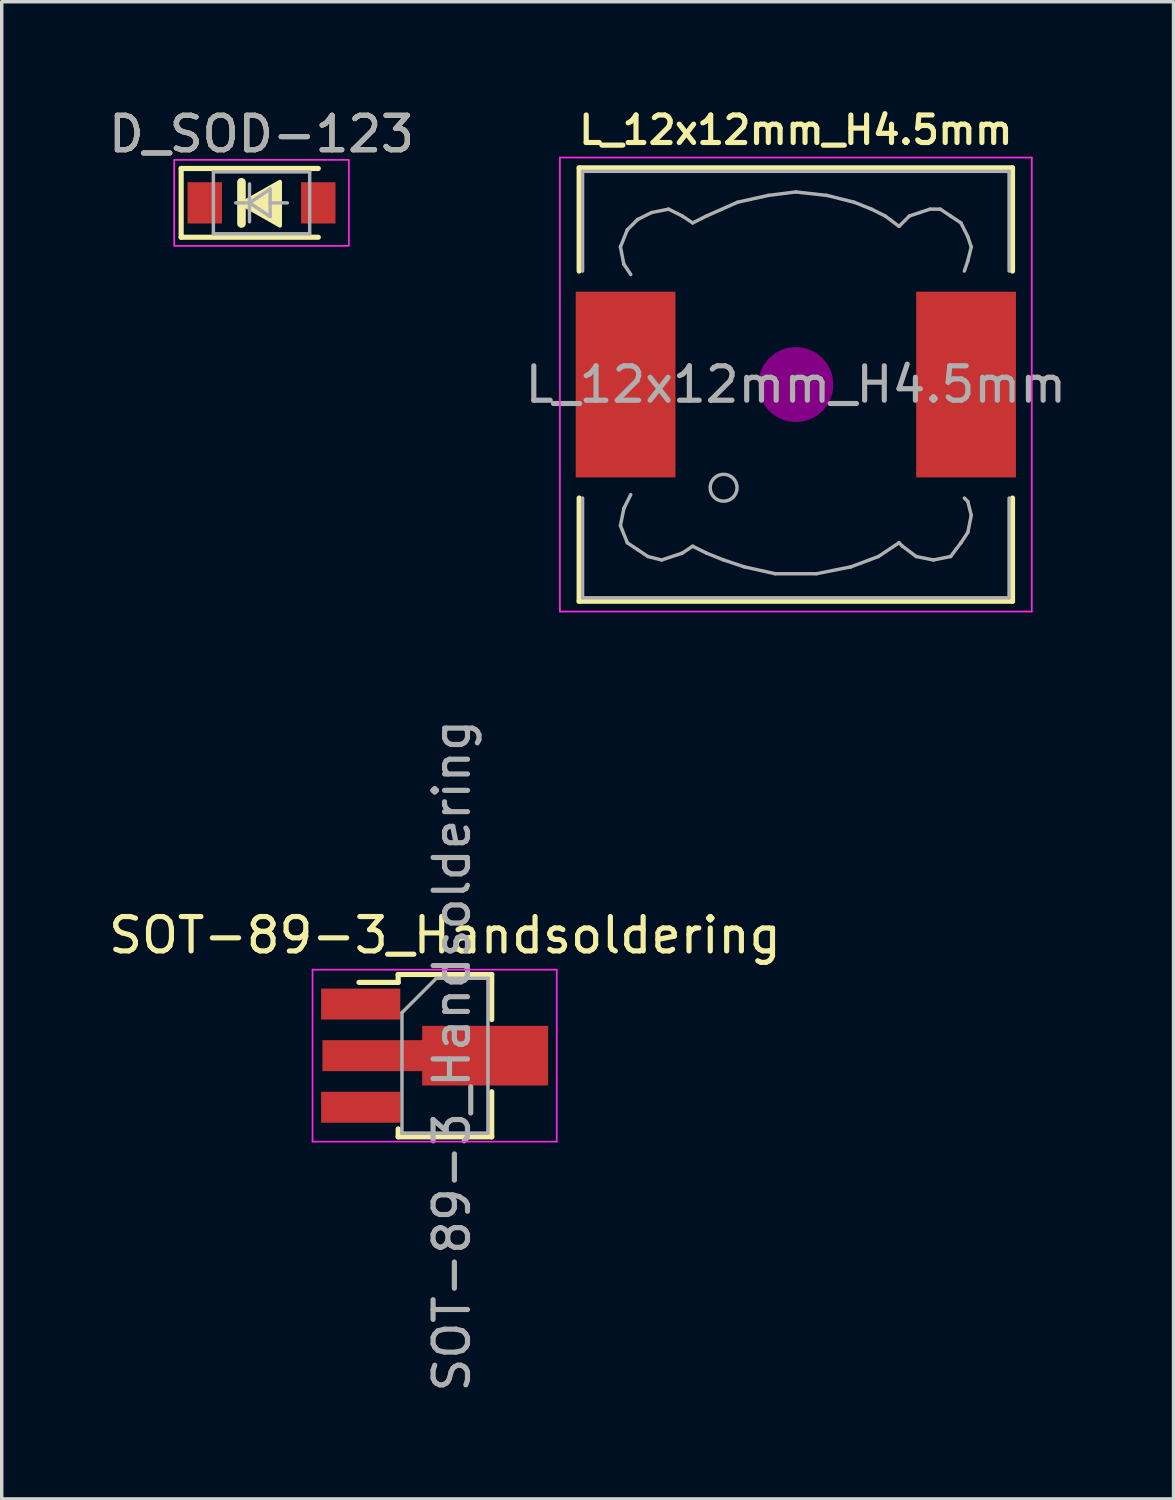
<source format=kicad_pcb>
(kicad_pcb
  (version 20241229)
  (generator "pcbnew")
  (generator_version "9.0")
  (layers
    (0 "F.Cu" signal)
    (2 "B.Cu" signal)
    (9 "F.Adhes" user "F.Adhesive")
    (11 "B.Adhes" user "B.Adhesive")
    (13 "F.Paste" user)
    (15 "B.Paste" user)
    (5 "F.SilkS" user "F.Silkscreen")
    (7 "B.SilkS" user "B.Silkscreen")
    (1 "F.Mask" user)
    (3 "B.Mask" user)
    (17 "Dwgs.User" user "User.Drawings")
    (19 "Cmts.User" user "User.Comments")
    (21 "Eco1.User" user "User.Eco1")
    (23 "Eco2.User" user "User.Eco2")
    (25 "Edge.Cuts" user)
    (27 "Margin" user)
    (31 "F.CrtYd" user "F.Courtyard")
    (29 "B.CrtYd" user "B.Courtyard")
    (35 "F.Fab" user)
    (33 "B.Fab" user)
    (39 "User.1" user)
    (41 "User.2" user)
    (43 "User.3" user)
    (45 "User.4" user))
  (footprint "L_12x12mm_H4.5mm"
    (layer "F.Cu")
    (at 20.089 8.131)
    (property "Reference" "L_12x12mm_H4.5mm" (at 0 -7.4 0) (layer "F.SilkS") (effects (font (size 0.8 0.8) (thickness 0.15))))
    (attr smd)
    (fp_line (start -6.3 -6.3) (end 6.3 -6.3) (stroke (width 0.15) (type solid)) (layer "F.SilkS"))
    (fp_line (start -6.3 -3.3) (end -6.3 -6.3) (stroke (width 0.15) (type solid)) (layer "F.SilkS"))
    (fp_line (start -6.3 6.3) (end -6.3 3.3) (stroke (width 0.15) (type solid)) (layer "F.SilkS"))
    (fp_line (start 6.3 -6.3) (end 6.3 -3.3) (stroke (width 0.15) (type solid)) (layer "F.SilkS"))
    (fp_line (start 6.3 3.3) (end 6.3 6.3) (stroke (width 0.15) (type solid)) (layer "F.SilkS"))
    (fp_line (start 6.3 6.3) (end -6.3 6.3) (stroke (width 0.15) (type solid)) (layer "F.SilkS"))
    (fp_circle (center 0 0) (end 0.15 0.15) (stroke (width 0.38) (type solid)) (fill no) (layer "F.Adhes"))
    (fp_circle (center 0 0) (end 0.55 0) (stroke (width 0.38) (type solid)) (fill no) (layer "F.Adhes"))
    (fp_circle (center 0 0) (end 0.9 0) (stroke (width 0.38) (type solid)) (fill no) (layer "F.Adhes"))
    (fp_line (start -6.86 -6.6) (end 6.86 -6.6) (stroke (width 0.05) (type solid)) (layer "F.CrtYd"))
    (fp_line (start -6.86 6.6) (end -6.86 -6.6) (stroke (width 0.05) (type solid)) (layer "F.CrtYd"))
    (fp_line (start 6.86 -6.6) (end 6.86 6.6) (stroke (width 0.05) (type solid)) (layer "F.CrtYd"))
    (fp_line (start 6.86 6.6) (end -6.86 6.6) (stroke (width 0.05) (type solid)) (layer "F.CrtYd"))
    (fp_line (start -6.2 -6.2) (end -6.2 -3.3) (stroke (width 0.1) (type solid)) (layer "F.Fab"))
    (fp_line (start -6.2 3.3) (end -6.2 6.2) (stroke (width 0.1) (type solid)) (layer "F.Fab"))
    (fp_line (start -6.2 6.2) (end 6.2 6.2) (stroke (width 0.1) (type solid)) (layer "F.Fab"))
    (fp_line (start -5.1 -4) (end -5 -3.5) (stroke (width 0.1) (type solid)) (layer "F.Fab"))
    (fp_line (start -5.1 4.1) (end -5 3.6) (stroke (width 0.1) (type solid)) (layer "F.Fab"))
    (fp_line (start -5 -3.5) (end -4.8 -3.2) (stroke (width 0.1) (type solid)) (layer "F.Fab"))
    (fp_line (start -5 3.6) (end -4.8 3.2) (stroke (width 0.1) (type solid)) (layer "F.Fab"))
    (fp_line (start -4.9 -4.5) (end -5.1 -4) (stroke (width 0.1) (type solid)) (layer "F.Fab"))
    (fp_line (start -4.9 4.6) (end -5.1 4.1) (stroke (width 0.1) (type solid)) (layer "F.Fab"))
    (fp_line (start -4.6 -4.8) (end -4.9 -4.5) (stroke (width 0.1) (type solid)) (layer "F.Fab"))
    (fp_line (start -4.6 4.8) (end -4.9 4.6) (stroke (width 0.1) (type solid)) (layer "F.Fab"))
    (fp_line (start -4.3 5) (end -4.6 4.8) (stroke (width 0.1) (type solid)) (layer "F.Fab"))
    (fp_line (start -4.2 -5) (end -4.6 -4.8) (stroke (width 0.1) (type solid)) (layer "F.Fab"))
    (fp_line (start -3.9 5.1) (end -4.3 5) (stroke (width 0.1) (type solid)) (layer "F.Fab"))
    (fp_line (start -3.7 -5.1) (end -4.2 -5) (stroke (width 0.1) (type solid)) (layer "F.Fab"))
    (fp_line (start -3.3 -4.9) (end -3.7 -5.1) (stroke (width 0.1) (type solid)) (layer "F.Fab"))
    (fp_line (start -3.3 4.9) (end -3.9 5.1) (stroke (width 0.1) (type solid)) (layer "F.Fab"))
    (fp_line (start -3 -4.7) (end -3.3 -4.9) (stroke (width 0.1) (type solid)) (layer "F.Fab"))
    (fp_line (start -3 4.7) (end -3.3 4.9) (stroke (width 0.1) (type solid)) (layer "F.Fab"))
    (fp_line (start -2.6 -4.9) (end -3 -4.7) (stroke (width 0.1) (type solid)) (layer "F.Fab"))
    (fp_line (start -2.6 4.9) (end -3 4.7) (stroke (width 0.1) (type solid)) (layer "F.Fab"))
    (fp_line (start -2.1 5.1) (end -2.6 4.9) (stroke (width 0.1) (type solid)) (layer "F.Fab"))
    (fp_line (start -1.7 -5.3) (end -2.6 -4.9) (stroke (width 0.1) (type solid)) (layer "F.Fab"))
    (fp_line (start -1.5 5.3) (end -2.1 5.1) (stroke (width 0.1) (type solid)) (layer "F.Fab"))
    (fp_line (start -0.8 -5.5) (end -1.7 -5.3) (stroke (width 0.1) (type solid)) (layer "F.Fab"))
    (fp_line (start -0.6 5.5) (end -1.5 5.3) (stroke (width 0.1) (type solid)) (layer "F.Fab"))
    (fp_line (start 0 -5.6) (end -0.8 -5.5) (stroke (width 0.1) (type solid)) (layer "F.Fab"))
    (fp_line (start 0.6 5.5) (end -0.6 5.5) (stroke (width 0.1) (type solid)) (layer "F.Fab"))
    (fp_line (start 0.9 -5.5) (end 0 -5.6) (stroke (width 0.1) (type solid)) (layer "F.Fab"))
    (fp_line (start 1.6 5.3) (end 0.6 5.5) (stroke (width 0.1) (type solid)) (layer "F.Fab"))
    (fp_line (start 1.7 -5.3) (end 0.9 -5.5) (stroke (width 0.1) (type solid)) (layer "F.Fab"))
    (fp_line (start 2.2 -5.1) (end 1.7 -5.3) (stroke (width 0.1) (type solid)) (layer "F.Fab"))
    (fp_line (start 2.4 5) (end 1.6 5.3) (stroke (width 0.1) (type solid)) (layer "F.Fab"))
    (fp_line (start 2.6 -4.9) (end 2.2 -5.1) (stroke (width 0.1) (type solid)) (layer "F.Fab"))
    (fp_line (start 3 -4.6) (end 2.6 -4.9) (stroke (width 0.1) (type solid)) (layer "F.Fab"))
    (fp_line (start 3 4.6) (end 2.4 5) (stroke (width 0.1) (type solid)) (layer "F.Fab"))
    (fp_line (start 3.1 4.7) (end 3 4.6) (stroke (width 0.1) (type solid)) (layer "F.Fab"))
    (fp_line (start 3.3 -4.9) (end 3 -4.6) (stroke (width 0.1) (type solid)) (layer "F.Fab"))
    (fp_line (start 3.5 5) (end 3.1 4.7) (stroke (width 0.1) (type solid)) (layer "F.Fab"))
    (fp_line (start 3.6 -5) (end 3.3 -4.9) (stroke (width 0.1) (type solid)) (layer "F.Fab"))
    (fp_line (start 3.9 -5.1) (end 3.6 -5) (stroke (width 0.1) (type solid)) (layer "F.Fab"))
    (fp_line (start 4 5.1) (end 3.5 5) (stroke (width 0.1) (type solid)) (layer "F.Fab"))
    (fp_line (start 4.2 -5.1) (end 3.9 -5.1) (stroke (width 0.1) (type solid)) (layer "F.Fab"))
    (fp_line (start 4.5 -4.9) (end 4.2 -5.1) (stroke (width 0.1) (type solid)) (layer "F.Fab"))
    (fp_line (start 4.5 5) (end 4 5.1) (stroke (width 0.1) (type solid)) (layer "F.Fab"))
    (fp_line (start 4.8 -4.7) (end 4.5 -4.9) (stroke (width 0.1) (type solid)) (layer "F.Fab"))
    (fp_line (start 4.8 4.6) (end 4.5 5) (stroke (width 0.1) (type solid)) (layer "F.Fab"))
    (fp_line (start 4.9 -3.3) (end 5 -3.6) (stroke (width 0.1) (type solid)) (layer "F.Fab"))
    (fp_line (start 4.9 3.3) (end 5 3.4) (stroke (width 0.1) (type solid)) (layer "F.Fab"))
    (fp_line (start 5 -4.3) (end 4.8 -4.7) (stroke (width 0.1) (type solid)) (layer "F.Fab"))
    (fp_line (start 5 -3.6) (end 5.1 -4) (stroke (width 0.1) (type solid)) (layer "F.Fab"))
    (fp_line (start 5 3.4) (end 5.1 3.8) (stroke (width 0.1) (type solid)) (layer "F.Fab"))
    (fp_line (start 5 4.3) (end 4.8 4.6) (stroke (width 0.1) (type solid)) (layer "F.Fab"))
    (fp_line (start 5.1 -4) (end 5 -4.3) (stroke (width 0.1) (type solid)) (layer "F.Fab"))
    (fp_line (start 5.1 3.8) (end 5 4.3) (stroke (width 0.1) (type solid)) (layer "F.Fab"))
    (fp_line (start 6.2 -6.2) (end -6.2 -6.2) (stroke (width 0.1) (type solid)) (layer "F.Fab"))
    (fp_line (start 6.2 -6.2) (end 6.2 -3.3) (stroke (width 0.1) (type solid)) (layer "F.Fab"))
    (fp_line (start 6.2 6.2) (end 6.2 3.3) (stroke (width 0.1) (type solid)) (layer "F.Fab"))
    (fp_circle (center -2.1 3) (end -1.8 3.25) (stroke (width 0.1) (type solid)) (fill no) (layer "F.Fab"))
    (fp_text user "${REFERENCE}" (at 0 0 0) (layer "F.Fab") (effects (font (size 1 1) (thickness 0.15))))
    (pad "1" smd rect (at -4.95 0) (size 2.9 5.4) (layers "F.Cu" "F.Mask" "F.Paste"))
    (pad "2" smd rect (at 4.95 0) (size 2.9 5.4) (layers "F.Cu" "F.Mask" "F.Paste")))
  (footprint "SOT-89-3_Handsoldering"
    (layer "F.Cu")
    (at 9.587 27.643)
    (property "Reference" "SOT-89-3_Handsoldering" (at 0.3 -3.5 0) (layer "F.SilkS") (effects (font (size 1 1) (thickness 0.15))))
    (attr smd)
    (fp_line (start -2.2 -2.13) (end -1.06 -2.13) (stroke (width 0.15) (type solid)) (layer "F.SilkS"))
    (fp_line (start -1.06 -2.36) (end -1.06 -2.13) (stroke (width 0.15) (type solid)) (layer "F.SilkS"))
    (fp_line (start -1.06 -2.36) (end 1.66 -2.36) (stroke (width 0.15) (type solid)) (layer "F.SilkS"))
    (fp_line (start -1.06 2.36) (end -1.06 2.13) (stroke (width 0.15) (type solid)) (layer "F.SilkS"))
    (fp_line (start 1.66 -2.36) (end 1.66 -1.05) (stroke (width 0.15) (type solid)) (layer "F.SilkS"))
    (fp_line (start 1.66 1.05) (end 1.66 2.36) (stroke (width 0.15) (type solid)) (layer "F.SilkS"))
    (fp_line (start 1.66 2.36) (end -1.06 2.36) (stroke (width 0.15) (type solid)) (layer "F.SilkS"))
    (fp_line (start -3.55 2.5) (end -3.55 -2.5) (stroke (width 0.05) (type solid)) (layer "F.CrtYd"))
    (fp_line (start -3.55 2.5) (end 3.55 2.5) (stroke (width 0.05) (type solid)) (layer "F.CrtYd"))
    (fp_line (start 3.55 -2.5) (end -3.55 -2.5) (stroke (width 0.05) (type solid)) (layer "F.CrtYd"))
    (fp_line (start 3.55 -2.5) (end 3.55 2.5) (stroke (width 0.05) (type solid)) (layer "F.CrtYd"))
    (fp_line (start -0.95 -1.25) (end 0.05 -2.25) (stroke (width 0.1) (type solid)) (layer "F.Fab"))
    (fp_line (start -0.95 2.25) (end -0.95 -1.25) (stroke (width 0.1) (type solid)) (layer "F.Fab"))
    (fp_line (start 0.05 -2.25) (end 1.55 -2.25) (stroke (width 0.1) (type solid)) (layer "F.Fab"))
    (fp_line (start 1.55 -2.25) (end 1.55 2.25) (stroke (width 0.1) (type solid)) (layer "F.Fab"))
    (fp_line (start 1.55 2.25) (end -0.95 2.25) (stroke (width 0.1) (type solid)) (layer "F.Fab"))
    (fp_text user "${REFERENCE}" (at 0.5 0 90) (layer "F.Fab") (effects (font (size 1 1) (thickness 0.15))))
    (pad "1" smd rect (at -2.15 -1.5) (size 2.3 0.9) (layers "F.Cu" "F.Mask" "F.Paste"))
    (pad "2" smd custom (at -2.062 0) (size 2.4 0.9) (layers "F.Cu" "F.Mask" "F.Paste") (options (anchor rect)) (primitives (gr_poly (pts (xy 5.362 0.867) (xy 1.7 0.867) (xy 1.7 -0.867) (xy 5.362 -0.867)) (width 0) (fill yes)) (gr_poly (pts (xy 4 0.45) (xy 1 0.45) (xy 1 -0.45) (xy 4 -0.45)) (width 0) (fill yes))))
    (pad "3" smd rect (at -2.15 1.5) (size 2.3 0.9) (layers "F.Cu" "F.Mask" "F.Paste")))
  (footprint "D_SOD-123"
    (layer "F.Cu")
    (at 4.554 2.848)
    (property "Reference" "D_SOD-123" (at 0 -2 0) (layer "F.SilkS") (effects (font (size 1 1) (thickness 0.15))))
    (attr smd)
    (fp_line (start -2.337 -1) (end -2.337 1) (stroke (width 0.15) (type solid)) (layer "F.SilkS"))
    (fp_line (start -2.337 -1) (end 1.65 -1) (stroke (width 0.15) (type solid)) (layer "F.SilkS"))
    (fp_line (start -2.337 1) (end 1.65 1) (stroke (width 0.15) (type solid)) (layer "F.SilkS"))
    (fp_line (start -0.583 0.6) (end -0.583 -0.6) (stroke (width 0.25) (type solid)) (layer "F.SilkS"))
    (fp_poly (pts (xy 0.535 0.66) (xy -0.583 0.025) (xy 0.535 -0.61)) (stroke (width 0.12) (type solid)) (fill yes) (layer "F.SilkS"))
    (fp_rect (start -2.54 -1.25) (end 2.54 1.25) (stroke (width 0.05) (type solid)) (fill no) (layer "F.CrtYd"))
    (fp_line (start -1.4 -0.9) (end 1.4 -0.9) (stroke (width 0.1) (type solid)) (layer "F.Fab"))
    (fp_line (start -1.4 0.9) (end -1.4 -0.9) (stroke (width 0.1) (type solid)) (layer "F.Fab"))
    (fp_line (start -0.75 0) (end -0.35 0) (stroke (width 0.1) (type solid)) (layer "F.Fab"))
    (fp_line (start -0.35 0) (end -0.35 -0.55) (stroke (width 0.1) (type solid)) (layer "F.Fab"))
    (fp_line (start -0.35 0) (end -0.35 0.55) (stroke (width 0.1) (type solid)) (layer "F.Fab"))
    (fp_line (start -0.35 0) (end 0.25 -0.4) (stroke (width 0.1) (type solid)) (layer "F.Fab"))
    (fp_line (start 0.25 -0.4) (end 0.25 0.4) (stroke (width 0.1) (type solid)) (layer "F.Fab"))
    (fp_line (start 0.25 0) (end 0.75 0) (stroke (width 0.1) (type solid)) (layer "F.Fab"))
    (fp_line (start 0.25 0.4) (end -0.35 0) (stroke (width 0.1) (type solid)) (layer "F.Fab"))
    (fp_line (start 1.4 -0.9) (end 1.4 0.9) (stroke (width 0.1) (type solid)) (layer "F.Fab"))
    (fp_line (start 1.4 0.9) (end -1.4 0.9) (stroke (width 0.1) (type solid)) (layer "F.Fab"))
    (fp_text user "${REFERENCE}" (at 0 -2 0) (layer "F.Fab") (effects (font (size 1 1) (thickness 0.15))))
    (pad "1" smd rect (at -1.65 0) (size 1 1.2) (layers "F.Cu" "F.Mask" "F.Paste"))
    (pad "2" smd rect (at 1.65 0) (size 1 1.2) (layers "F.Cu" "F.Mask" "F.Paste")))
  (gr_rect
    (start -3 -3)
    (end 31.071 40.53)
    (stroke (width 0.1) (type default))
    (fill no)
    (layer "Edge.Cuts")))
</source>
